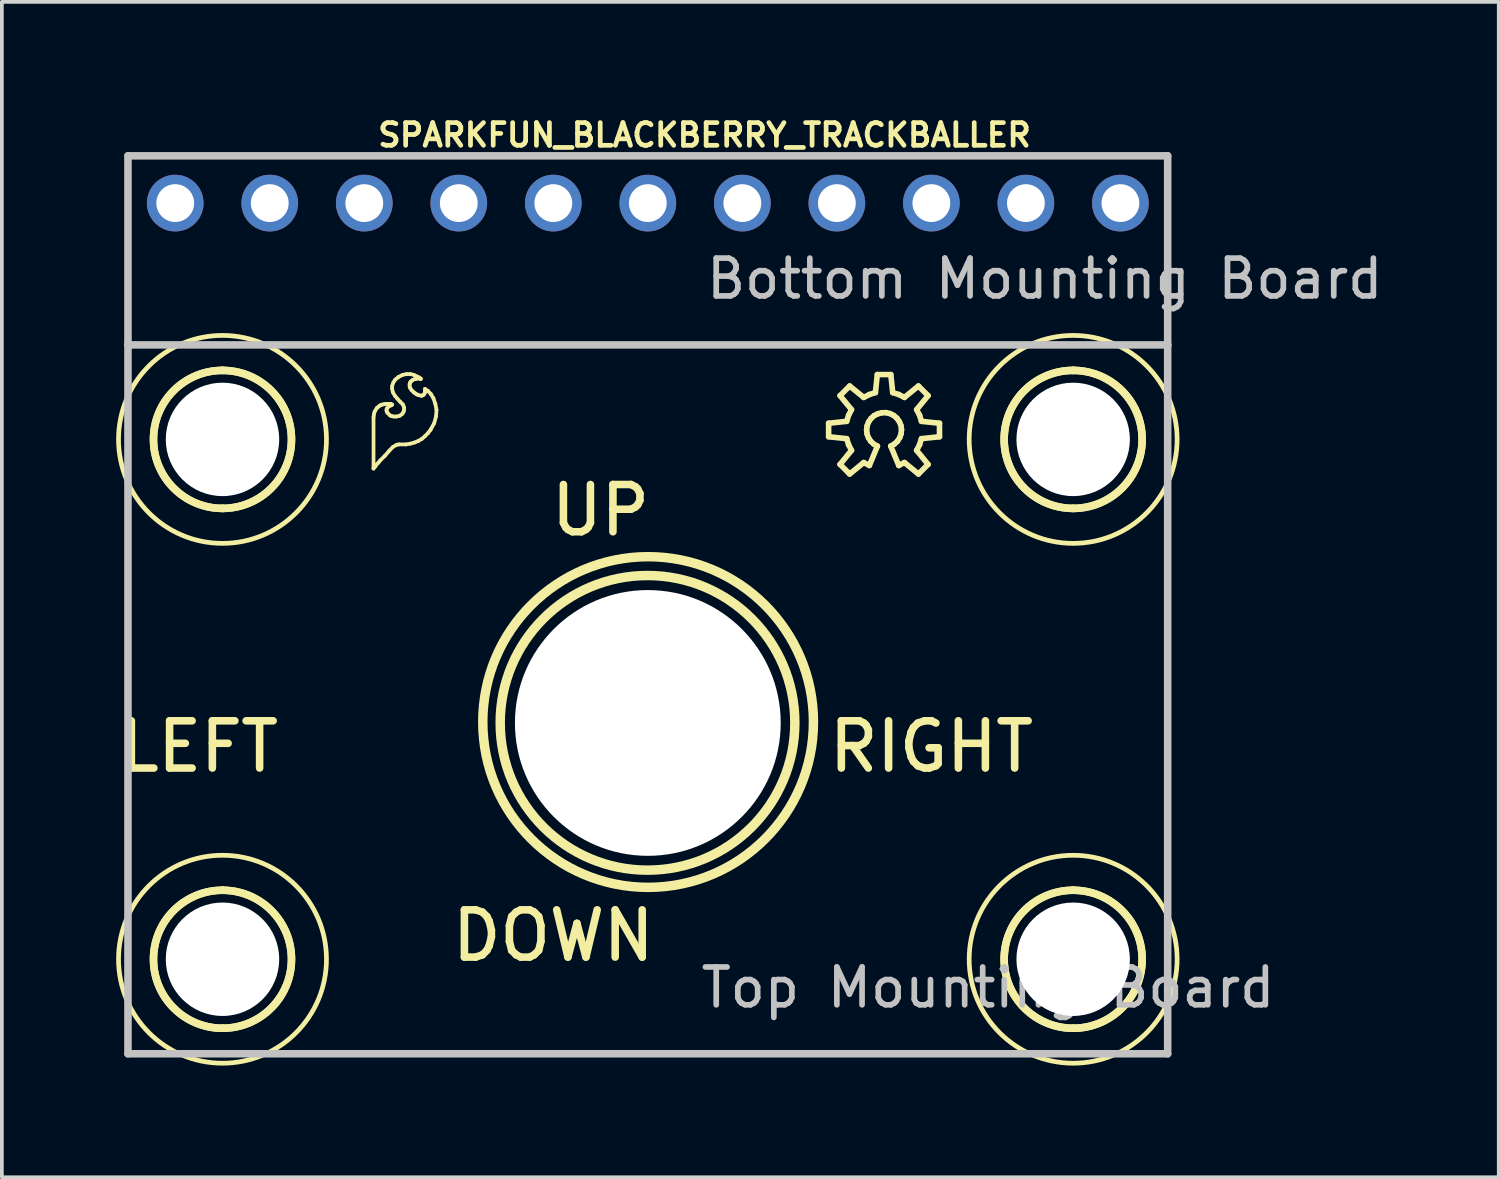
<source format=kicad_pcb>
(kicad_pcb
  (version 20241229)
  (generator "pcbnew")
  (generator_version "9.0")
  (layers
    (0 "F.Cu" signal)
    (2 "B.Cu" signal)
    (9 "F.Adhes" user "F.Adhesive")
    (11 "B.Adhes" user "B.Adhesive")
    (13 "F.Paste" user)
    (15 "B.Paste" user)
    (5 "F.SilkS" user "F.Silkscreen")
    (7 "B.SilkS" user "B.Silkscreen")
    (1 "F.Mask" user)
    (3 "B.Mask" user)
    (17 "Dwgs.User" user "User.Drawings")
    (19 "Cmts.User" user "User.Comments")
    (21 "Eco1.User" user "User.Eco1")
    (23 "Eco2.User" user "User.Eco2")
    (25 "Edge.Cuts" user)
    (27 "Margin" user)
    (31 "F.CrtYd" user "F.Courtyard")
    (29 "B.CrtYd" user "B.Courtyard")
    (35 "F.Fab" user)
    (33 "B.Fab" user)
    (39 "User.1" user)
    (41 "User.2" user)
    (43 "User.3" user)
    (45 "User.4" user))
  (footprint "SPARKFUN_BLACKBERRY_TRACKBALLER"
    (layer "F.Cu")
    (at 14.359 16.378)
    (property "Reference" "SPARKFUN_BLACKBERRY_TRACKBALLER" (at 1.524 -15.799 0) (layer "F.SilkS") (effects (font (size 0.61 0.61) (thickness 0.127))))
    (attr exclude_from_pos_files exclude_from_bom)
    (fp_line (start -7.371 -8.217) (end -7.371 -6.835) (stroke (width 0.1) (type solid)) (layer "F.SilkS"))
    (fp_line (start -7.371 -6.845) (end -7.32 -6.896) (stroke (width 0.1) (type solid)) (layer "F.SilkS"))
    (fp_line (start -7.371 -6.835) (end -7.371 -6.845) (stroke (width 0.1) (type solid)) (layer "F.SilkS"))
    (fp_line (start -7.361 -8.296) (end -7.371 -8.217) (stroke (width 0.1) (type solid)) (layer "F.SilkS"))
    (fp_line (start -7.341 -8.367) (end -7.361 -8.296) (stroke (width 0.1) (type solid)) (layer "F.SilkS"))
    (fp_line (start -7.32 -6.896) (end -7.29 -6.947) (stroke (width 0.1) (type solid)) (layer "F.SilkS"))
    (fp_line (start -7.29 -6.947) (end -7.239 -6.995) (stroke (width 0.1) (type solid)) (layer "F.SilkS"))
    (fp_line (start -7.28 -8.466) (end -7.341 -8.367) (stroke (width 0.1) (type solid)) (layer "F.SilkS"))
    (fp_line (start -7.239 -6.995) (end -7.191 -7.056) (stroke (width 0.1) (type solid)) (layer "F.SilkS"))
    (fp_line (start -7.229 -8.506) (end -7.28 -8.466) (stroke (width 0.1) (type solid)) (layer "F.SilkS"))
    (fp_line (start -7.191 -8.537) (end -7.229 -8.506) (stroke (width 0.1) (type solid)) (layer "F.SilkS"))
    (fp_line (start -7.191 -7.056) (end -7.069 -7.176) (stroke (width 0.1) (type solid)) (layer "F.SilkS"))
    (fp_line (start -7.14 -8.555) (end -7.191 -8.537) (stroke (width 0.1) (type solid)) (layer "F.SilkS"))
    (fp_line (start -7.089 -8.565) (end -7.14 -8.555) (stroke (width 0.1) (type solid)) (layer "F.SilkS"))
    (fp_line (start -7.069 -7.176) (end -6.949 -7.315) (stroke (width 0.1) (type solid)) (layer "F.SilkS"))
    (fp_line (start -7.031 -8.575) (end -7.089 -8.565) (stroke (width 0.1) (type solid)) (layer "F.SilkS"))
    (fp_line (start -7.021 -8.425) (end -7.01 -8.456) (stroke (width 0.1) (type solid)) (layer "F.SilkS"))
    (fp_line (start -7.021 -8.387) (end -7.021 -8.425) (stroke (width 0.1) (type solid)) (layer "F.SilkS"))
    (fp_line (start -7.01 -8.456) (end -6.949 -8.517) (stroke (width 0.1) (type solid)) (layer "F.SilkS"))
    (fp_line (start -7.01 -8.357) (end -7.021 -8.387) (stroke (width 0.1) (type solid)) (layer "F.SilkS"))
    (fp_line (start -6.99 -8.326) (end -7.01 -8.357) (stroke (width 0.1) (type solid)) (layer "F.SilkS"))
    (fp_line (start -6.949 -8.517) (end -6.919 -8.527) (stroke (width 0.1) (type solid)) (layer "F.SilkS"))
    (fp_line (start -6.949 -7.315) (end -6.85 -7.417) (stroke (width 0.1) (type solid)) (layer "F.SilkS"))
    (fp_line (start -6.929 -8.265) (end -6.99 -8.326) (stroke (width 0.1) (type solid)) (layer "F.SilkS"))
    (fp_line (start -6.919 -8.527) (end -6.881 -8.547) (stroke (width 0.1) (type solid)) (layer "F.SilkS"))
    (fp_line (start -6.909 -8.575) (end -7.031 -8.575) (stroke (width 0.1) (type solid)) (layer "F.SilkS"))
    (fp_line (start -6.881 -8.547) (end -6.871 -8.555) (stroke (width 0.1) (type solid)) (layer "F.SilkS"))
    (fp_line (start -6.881 -8.245) (end -6.929 -8.265) (stroke (width 0.1) (type solid)) (layer "F.SilkS"))
    (fp_line (start -6.871 -9.055) (end -6.871 -8.976) (stroke (width 0.1) (type solid)) (layer "F.SilkS"))
    (fp_line (start -6.871 -8.976) (end -6.85 -8.885) (stroke (width 0.1) (type solid)) (layer "F.SilkS"))
    (fp_line (start -6.871 -8.555) (end -6.909 -8.575) (stroke (width 0.1) (type solid)) (layer "F.SilkS"))
    (fp_line (start -6.85 -8.885) (end -6.8 -8.796) (stroke (width 0.1) (type solid)) (layer "F.SilkS"))
    (fp_line (start -6.85 -7.417) (end -6.749 -7.475) (stroke (width 0.1) (type solid)) (layer "F.SilkS"))
    (fp_line (start -6.84 -9.147) (end -6.871 -9.055) (stroke (width 0.1) (type solid)) (layer "F.SilkS"))
    (fp_line (start -6.83 -8.235) (end -6.881 -8.245) (stroke (width 0.1) (type solid)) (layer "F.SilkS"))
    (fp_line (start -6.8 -8.796) (end -6.731 -8.715) (stroke (width 0.1) (type solid)) (layer "F.SilkS"))
    (fp_line (start -6.789 -9.225) (end -6.84 -9.147) (stroke (width 0.1) (type solid)) (layer "F.SilkS"))
    (fp_line (start -6.749 -8.235) (end -6.83 -8.235) (stroke (width 0.1) (type solid)) (layer "F.SilkS"))
    (fp_line (start -6.749 -7.475) (end -6.69 -7.485) (stroke (width 0.1) (type solid)) (layer "F.SilkS"))
    (fp_line (start -6.731 -8.715) (end -6.65 -8.626) (stroke (width 0.1) (type solid)) (layer "F.SilkS"))
    (fp_line (start -6.701 -9.296) (end -6.789 -9.225) (stroke (width 0.1) (type solid)) (layer "F.SilkS"))
    (fp_line (start -6.69 -7.485) (end -6.5 -7.485) (stroke (width 0.1) (type solid)) (layer "F.SilkS"))
    (fp_line (start -6.67 -8.255) (end -6.749 -8.235) (stroke (width 0.1) (type solid)) (layer "F.SilkS"))
    (fp_line (start -6.65 -8.626) (end -6.579 -8.555) (stroke (width 0.1) (type solid)) (layer "F.SilkS"))
    (fp_line (start -6.609 -8.296) (end -6.67 -8.255) (stroke (width 0.1) (type solid)) (layer "F.SilkS"))
    (fp_line (start -6.589 -9.355) (end -6.701 -9.296) (stroke (width 0.1) (type solid)) (layer "F.SilkS"))
    (fp_line (start -6.579 -8.555) (end -6.551 -8.476) (stroke (width 0.1) (type solid)) (layer "F.SilkS"))
    (fp_line (start -6.571 -8.346) (end -6.609 -8.296) (stroke (width 0.1) (type solid)) (layer "F.SilkS"))
    (fp_line (start -6.551 -8.476) (end -6.551 -8.405) (stroke (width 0.1) (type solid)) (layer "F.SilkS"))
    (fp_line (start -6.551 -8.405) (end -6.571 -8.346) (stroke (width 0.1) (type solid)) (layer "F.SilkS"))
    (fp_line (start -6.5 -7.485) (end -6.38 -7.506) (stroke (width 0.1) (type solid)) (layer "F.SilkS"))
    (fp_line (start -6.48 -9.375) (end -6.589 -9.355) (stroke (width 0.1) (type solid)) (layer "F.SilkS"))
    (fp_line (start -6.401 -9.106) (end -6.391 -9.136) (stroke (width 0.1) (type solid)) (layer "F.SilkS"))
    (fp_line (start -6.401 -9.045) (end -6.401 -9.106) (stroke (width 0.1) (type solid)) (layer "F.SilkS"))
    (fp_line (start -6.391 -9.136) (end -6.38 -9.157) (stroke (width 0.1) (type solid)) (layer "F.SilkS"))
    (fp_line (start -6.391 -9.007) (end -6.401 -9.045) (stroke (width 0.1) (type solid)) (layer "F.SilkS"))
    (fp_line (start -6.38 -9.375) (end -6.48 -9.375) (stroke (width 0.1) (type solid)) (layer "F.SilkS"))
    (fp_line (start -6.38 -9.157) (end -6.36 -9.185) (stroke (width 0.1) (type solid)) (layer "F.SilkS"))
    (fp_line (start -6.38 -7.506) (end -6.269 -7.536) (stroke (width 0.1) (type solid)) (layer "F.SilkS"))
    (fp_line (start -6.36 -9.185) (end -6.32 -9.215) (stroke (width 0.1) (type solid)) (layer "F.SilkS"))
    (fp_line (start -6.35 -8.946) (end -6.391 -9.007) (stroke (width 0.1) (type solid)) (layer "F.SilkS"))
    (fp_line (start -6.32 -9.215) (end -6.279 -9.235) (stroke (width 0.1) (type solid)) (layer "F.SilkS"))
    (fp_line (start -6.289 -9.355) (end -6.38 -9.375) (stroke (width 0.1) (type solid)) (layer "F.SilkS"))
    (fp_line (start -6.289 -8.885) (end -6.35 -8.946) (stroke (width 0.1) (type solid)) (layer "F.SilkS"))
    (fp_line (start -6.279 -9.235) (end -6.231 -9.246) (stroke (width 0.1) (type solid)) (layer "F.SilkS"))
    (fp_line (start -6.269 -7.536) (end -6.17 -7.577) (stroke (width 0.1) (type solid)) (layer "F.SilkS"))
    (fp_line (start -6.251 -8.857) (end -6.289 -8.885) (stroke (width 0.1) (type solid)) (layer "F.SilkS"))
    (fp_line (start -6.231 -9.246) (end -6.19 -9.256) (stroke (width 0.1) (type solid)) (layer "F.SilkS"))
    (fp_line (start -6.22 -8.837) (end -6.251 -8.857) (stroke (width 0.1) (type solid)) (layer "F.SilkS"))
    (fp_line (start -6.19 -9.256) (end -6.129 -9.256) (stroke (width 0.1) (type solid)) (layer "F.SilkS"))
    (fp_line (start -6.18 -8.816) (end -6.22 -8.837) (stroke (width 0.1) (type solid)) (layer "F.SilkS"))
    (fp_line (start -6.17 -7.577) (end -6.071 -7.635) (stroke (width 0.1) (type solid)) (layer "F.SilkS"))
    (fp_line (start -6.149 -9.286) (end -6.289 -9.355) (stroke (width 0.1) (type solid)) (layer "F.SilkS"))
    (fp_line (start -6.129 -9.256) (end -6.109 -9.246) (stroke (width 0.1) (type solid)) (layer "F.SilkS"))
    (fp_line (start -6.109 -9.256) (end -6.149 -9.286) (stroke (width 0.1) (type solid)) (layer "F.SilkS"))
    (fp_line (start -6.109 -9.246) (end -6.101 -9.246) (stroke (width 0.1) (type solid)) (layer "F.SilkS"))
    (fp_line (start -6.101 -9.246) (end -6.109 -9.256) (stroke (width 0.1) (type solid)) (layer "F.SilkS"))
    (fp_line (start -6.101 -8.796) (end -6.18 -8.816) (stroke (width 0.1) (type solid)) (layer "F.SilkS"))
    (fp_line (start -6.071 -8.796) (end -6.101 -8.796) (stroke (width 0.1) (type solid)) (layer "F.SilkS"))
    (fp_line (start -6.071 -7.635) (end -5.989 -7.706) (stroke (width 0.1) (type solid)) (layer "F.SilkS"))
    (fp_line (start -6.04 -8.806) (end -6.071 -8.796) (stroke (width 0.1) (type solid)) (layer "F.SilkS"))
    (fp_line (start -6.01 -8.837) (end -6.04 -8.806) (stroke (width 0.1) (type solid)) (layer "F.SilkS"))
    (fp_line (start -5.999 -8.857) (end -6.01 -8.837) (stroke (width 0.1) (type solid)) (layer "F.SilkS"))
    (fp_line (start -5.989 -8.976) (end -5.989 -8.885) (stroke (width 0.1) (type solid)) (layer "F.SilkS"))
    (fp_line (start -5.989 -8.885) (end -5.999 -8.857) (stroke (width 0.1) (type solid)) (layer "F.SilkS"))
    (fp_line (start -5.989 -7.706) (end -5.911 -7.785) (stroke (width 0.1) (type solid)) (layer "F.SilkS"))
    (fp_line (start -5.911 -8.926) (end -5.989 -8.976) (stroke (width 0.1) (type solid)) (layer "F.SilkS"))
    (fp_line (start -5.911 -7.785) (end -5.839 -7.877) (stroke (width 0.1) (type solid)) (layer "F.SilkS"))
    (fp_line (start -5.839 -7.877) (end -5.74 -8.057) (stroke (width 0.1) (type solid)) (layer "F.SilkS"))
    (fp_line (start -5.829 -8.837) (end -5.911 -8.926) (stroke (width 0.1) (type solid)) (layer "F.SilkS"))
    (fp_line (start -5.761 -8.725) (end -5.829 -8.837) (stroke (width 0.1) (type solid)) (layer "F.SilkS"))
    (fp_line (start -5.74 -8.057) (end -5.69 -8.245) (stroke (width 0.1) (type solid)) (layer "F.SilkS"))
    (fp_line (start -5.71 -8.575) (end -5.761 -8.725) (stroke (width 0.1) (type solid)) (layer "F.SilkS"))
    (fp_line (start -5.69 -8.245) (end -5.679 -8.415) (stroke (width 0.1) (type solid)) (layer "F.SilkS"))
    (fp_line (start -5.679 -8.415) (end -5.71 -8.575) (stroke (width 0.1) (type solid)) (layer "F.SilkS"))
    (fp_line (start 4.859 -8.054) (end 4.859 -7.691) (stroke (width 0.15) (type solid)) (layer "F.SilkS"))
    (fp_line (start 4.859 -7.691) (end 5.344 -7.64) (stroke (width 0.15) (type solid)) (layer "F.SilkS"))
    (fp_line (start 5.166 -8.796) (end 5.474 -8.42) (stroke (width 0.15) (type solid)) (layer "F.SilkS"))
    (fp_line (start 5.166 -6.949) (end 5.425 -6.69) (stroke (width 0.15) (type solid)) (layer "F.SilkS"))
    (fp_line (start 5.344 -8.105) (end 4.859 -8.054) (stroke (width 0.15) (type solid)) (layer "F.SilkS"))
    (fp_line (start 5.344 -7.64) (end 5.395 -7.478) (stroke (width 0.15) (type solid)) (layer "F.SilkS"))
    (fp_line (start 5.395 -8.268) (end 5.344 -8.105) (stroke (width 0.15) (type solid)) (layer "F.SilkS"))
    (fp_line (start 5.395 -7.478) (end 5.474 -7.325) (stroke (width 0.15) (type solid)) (layer "F.SilkS"))
    (fp_line (start 5.425 -9.055) (end 5.166 -8.796) (stroke (width 0.15) (type solid)) (layer "F.SilkS"))
    (fp_line (start 5.425 -6.69) (end 5.801 -6.998) (stroke (width 0.15) (type solid)) (layer "F.SilkS"))
    (fp_line (start 5.474 -8.42) (end 5.395 -8.268) (stroke (width 0.15) (type solid)) (layer "F.SilkS"))
    (fp_line (start 5.474 -7.325) (end 5.166 -6.949) (stroke (width 0.15) (type solid)) (layer "F.SilkS"))
    (fp_line (start 5.801 -8.748) (end 5.425 -9.055) (stroke (width 0.15) (type solid)) (layer "F.SilkS"))
    (fp_line (start 5.801 -6.998) (end 5.954 -6.919) (stroke (width 0.15) (type solid)) (layer "F.SilkS"))
    (fp_line (start 5.88 -7.874) (end 5.893 -7.983) (stroke (width 0.15) (type solid)) (layer "F.SilkS"))
    (fp_line (start 5.893 -7.983) (end 5.933 -8.09) (stroke (width 0.15) (type solid)) (layer "F.SilkS"))
    (fp_line (start 5.893 -7.762) (end 5.88 -7.874) (stroke (width 0.15) (type solid)) (layer "F.SilkS"))
    (fp_line (start 5.931 -7.661) (end 5.893 -7.762) (stroke (width 0.15) (type solid)) (layer "F.SilkS"))
    (fp_line (start 5.933 -8.09) (end 5.997 -8.181) (stroke (width 0.15) (type solid)) (layer "F.SilkS"))
    (fp_line (start 5.954 -8.826) (end 5.801 -8.748) (stroke (width 0.15) (type solid)) (layer "F.SilkS"))
    (fp_line (start 5.954 -6.919) (end 6.17 -7.44) (stroke (width 0.15) (type solid)) (layer "F.SilkS"))
    (fp_line (start 5.992 -7.569) (end 5.931 -7.661) (stroke (width 0.15) (type solid)) (layer "F.SilkS"))
    (fp_line (start 5.997 -8.181) (end 6.081 -8.258) (stroke (width 0.15) (type solid)) (layer "F.SilkS"))
    (fp_line (start 6.073 -7.493) (end 5.992 -7.569) (stroke (width 0.15) (type solid)) (layer "F.SilkS"))
    (fp_line (start 6.081 -8.258) (end 6.18 -8.308) (stroke (width 0.15) (type solid)) (layer "F.SilkS"))
    (fp_line (start 6.116 -8.877) (end 5.954 -8.826) (stroke (width 0.15) (type solid)) (layer "F.SilkS"))
    (fp_line (start 6.167 -9.362) (end 6.116 -8.877) (stroke (width 0.15) (type solid)) (layer "F.SilkS"))
    (fp_line (start 6.17 -7.44) (end 6.073 -7.493) (stroke (width 0.15) (type solid)) (layer "F.SilkS"))
    (fp_line (start 6.18 -8.308) (end 6.287 -8.336) (stroke (width 0.15) (type solid)) (layer "F.SilkS"))
    (fp_line (start 6.287 -8.336) (end 6.401 -8.339) (stroke (width 0.15) (type solid)) (layer "F.SilkS"))
    (fp_line (start 6.401 -8.339) (end 6.51 -8.313) (stroke (width 0.15) (type solid)) (layer "F.SilkS"))
    (fp_line (start 6.51 -8.313) (end 6.609 -8.263) (stroke (width 0.15) (type solid)) (layer "F.SilkS"))
    (fp_line (start 6.528 -7.44) (end 6.744 -6.919) (stroke (width 0.15) (type solid)) (layer "F.SilkS"))
    (fp_line (start 6.53 -9.362) (end 6.167 -9.362) (stroke (width 0.15) (type solid)) (layer "F.SilkS"))
    (fp_line (start 6.581 -8.877) (end 6.53 -9.362) (stroke (width 0.15) (type solid)) (layer "F.SilkS"))
    (fp_line (start 6.609 -8.263) (end 6.695 -8.189) (stroke (width 0.15) (type solid)) (layer "F.SilkS"))
    (fp_line (start 6.627 -7.496) (end 6.528 -7.44) (stroke (width 0.15) (type solid)) (layer "F.SilkS"))
    (fp_line (start 6.695 -8.189) (end 6.759 -8.098) (stroke (width 0.15) (type solid)) (layer "F.SilkS"))
    (fp_line (start 6.708 -7.572) (end 6.627 -7.496) (stroke (width 0.15) (type solid)) (layer "F.SilkS"))
    (fp_line (start 6.744 -8.826) (end 6.581 -8.877) (stroke (width 0.15) (type solid)) (layer "F.SilkS"))
    (fp_line (start 6.744 -6.919) (end 6.896 -6.998) (stroke (width 0.15) (type solid)) (layer "F.SilkS"))
    (fp_line (start 6.759 -8.098) (end 6.802 -7.993) (stroke (width 0.15) (type solid)) (layer "F.SilkS"))
    (fp_line (start 6.769 -7.666) (end 6.708 -7.572) (stroke (width 0.15) (type solid)) (layer "F.SilkS"))
    (fp_line (start 6.802 -7.993) (end 6.817 -7.884) (stroke (width 0.15) (type solid)) (layer "F.SilkS"))
    (fp_line (start 6.807 -7.772) (end 6.769 -7.666) (stroke (width 0.15) (type solid)) (layer "F.SilkS"))
    (fp_line (start 6.817 -7.884) (end 6.807 -7.772) (stroke (width 0.15) (type solid)) (layer "F.SilkS"))
    (fp_line (start 6.896 -8.748) (end 6.744 -8.826) (stroke (width 0.15) (type solid)) (layer "F.SilkS"))
    (fp_line (start 6.896 -6.998) (end 7.272 -6.69) (stroke (width 0.15) (type solid)) (layer "F.SilkS"))
    (fp_line (start 7.224 -8.42) (end 7.531 -8.796) (stroke (width 0.15) (type solid)) (layer "F.SilkS"))
    (fp_line (start 7.224 -7.325) (end 7.303 -7.478) (stroke (width 0.15) (type solid)) (layer "F.SilkS"))
    (fp_line (start 7.272 -9.055) (end 6.896 -8.748) (stroke (width 0.15) (type solid)) (layer "F.SilkS"))
    (fp_line (start 7.272 -6.69) (end 7.531 -6.949) (stroke (width 0.15) (type solid)) (layer "F.SilkS"))
    (fp_line (start 7.303 -8.268) (end 7.224 -8.42) (stroke (width 0.15) (type solid)) (layer "F.SilkS"))
    (fp_line (start 7.303 -7.478) (end 7.353 -7.64) (stroke (width 0.15) (type solid)) (layer "F.SilkS"))
    (fp_line (start 7.353 -8.105) (end 7.303 -8.268) (stroke (width 0.15) (type solid)) (layer "F.SilkS"))
    (fp_line (start 7.353 -7.64) (end 7.838 -7.691) (stroke (width 0.15) (type solid)) (layer "F.SilkS"))
    (fp_line (start 7.531 -8.796) (end 7.272 -9.055) (stroke (width 0.15) (type solid)) (layer "F.SilkS"))
    (fp_line (start 7.531 -6.949) (end 7.224 -7.325) (stroke (width 0.15) (type solid)) (layer "F.SilkS"))
    (fp_line (start 7.838 -8.054) (end 7.353 -8.105) (stroke (width 0.15) (type solid)) (layer "F.SilkS"))
    (fp_line (start 7.838 -7.691) (end 7.838 -8.054) (stroke (width 0.15) (type solid)) (layer "F.SilkS"))
    (fp_arc (start -11.43 -9.4742) (mid -9.5758 -7.62) (end -11.43 -5.7658) (stroke (width 0.2032) (type solid)) (layer "F.SilkS"))
    (fp_arc (start -11.43 -9.4742) (mid -9.5758 -7.62) (end -11.43 -5.7658) (stroke (width 0.2032) (type solid)) (layer "F.SilkS"))
    (fp_arc (start -11.43 -5.7658) (mid -13.2842 -7.62) (end -11.43 -9.4742) (stroke (width 0.2032) (type solid)) (layer "F.SilkS"))
    (fp_arc (start -11.43 -5.7658) (mid -13.2842 -7.62) (end -11.43 -9.4742) (stroke (width 0.2032) (type solid)) (layer "F.SilkS"))
    (fp_arc (start -11.43 4.4958) (mid -9.5758 6.35) (end -11.43 8.2042) (stroke (width 0.2032) (type solid)) (layer "F.SilkS"))
    (fp_arc (start -11.43 4.4958) (mid -9.5758 6.35) (end -11.43 8.2042) (stroke (width 0.2032) (type solid)) (layer "F.SilkS"))
    (fp_arc (start -11.43 8.2042) (mid -13.2842 6.35) (end -11.43 4.4958) (stroke (width 0.2032) (type solid)) (layer "F.SilkS"))
    (fp_arc (start -11.43 8.2042) (mid -13.2842 6.35) (end -11.43 4.4958) (stroke (width 0.2032) (type solid)) (layer "F.SilkS"))
    (fp_arc (start 11.43 -9.4742) (mid 13.2842 -7.62) (end 11.43 -5.7658) (stroke (width 0.2032) (type solid)) (layer "F.SilkS"))
    (fp_arc (start 11.43 -9.4742) (mid 13.2842 -7.62) (end 11.43 -5.7658) (stroke (width 0.2032) (type solid)) (layer "F.SilkS"))
    (fp_arc (start 11.43 -5.7658) (mid 9.5758 -7.62) (end 11.43 -9.4742) (stroke (width 0.2032) (type solid)) (layer "F.SilkS"))
    (fp_arc (start 11.43 -5.7658) (mid 9.5758 -7.62) (end 11.43 -9.4742) (stroke (width 0.2032) (type solid)) (layer "F.SilkS"))
    (fp_arc (start 11.43 4.4958) (mid 13.2842 6.35) (end 11.43 8.2042) (stroke (width 0.2032) (type solid)) (layer "F.SilkS"))
    (fp_arc (start 11.43 4.4958) (mid 13.2842 6.35) (end 11.43 8.2042) (stroke (width 0.2032) (type solid)) (layer "F.SilkS"))
    (fp_arc (start 11.43 8.2042) (mid 9.5758 6.35) (end 11.43 4.4958) (stroke (width 0.2032) (type solid)) (layer "F.SilkS"))
    (fp_arc (start 11.43 8.2042) (mid 9.5758 6.35) (end 11.43 4.4958) (stroke (width 0.2032) (type solid)) (layer "F.SilkS"))
    (fp_circle (center -11.43 -7.62) (end -11.43 -10.414) (stroke (width 0.127) (type solid)) (fill no) (layer "F.SilkS"))
    (fp_circle (center -11.43 6.35) (end -11.43 3.556) (stroke (width 0.127) (type solid)) (fill no) (layer "F.SilkS"))
    (fp_circle (center -0.008 -0.003) (end -0.008 -3.962) (stroke (width 0.254) (type solid)) (fill no) (layer "F.SilkS"))
    (fp_circle (center 0.008 -0.025) (end 0.008 -4.468) (stroke (width 0.254) (type solid)) (fill no) (layer "F.SilkS"))
    (fp_circle (center 11.43 -7.62) (end 11.43 -10.414) (stroke (width 0.127) (type solid)) (fill no) (layer "F.SilkS"))
    (fp_circle (center 11.43 6.35) (end 11.43 3.556) (stroke (width 0.127) (type solid)) (fill no) (layer "F.SilkS"))
    (fp_line (start -13.97 -15.24) (end -13.97 -10.16) (stroke (width 0.203) (type solid)) (layer "Dwgs.User"))
    (fp_line (start -13.97 -10.16) (end -13.97 8.89) (stroke (width 0.203) (type solid)) (layer "Dwgs.User"))
    (fp_line (start -13.97 8.89) (end 13.97 8.89) (stroke (width 0.203) (type solid)) (layer "Dwgs.User"))
    (fp_line (start 13.97 -15.24) (end -13.97 -15.24) (stroke (width 0.203) (type solid)) (layer "Dwgs.User"))
    (fp_line (start 13.97 -15.24) (end 13.97 -10.16) (stroke (width 0.203) (type solid)) (layer "Dwgs.User"))
    (fp_line (start 13.97 -10.16) (end -13.97 -10.16) (stroke (width 0.203) (type solid)) (layer "Dwgs.User"))
    (fp_line (start 13.97 8.89) (end 13.97 -10.16) (stroke (width 0.203) (type solid)) (layer "Dwgs.User"))
    (fp_text user "DOWN" (at -2.54 5.715 180) (layer "F.SilkS") (effects (font (size 1.27 1.27) (thickness 0.203))))
    (fp_text user "LEFT" (at -12.065 0.635 180) (layer "F.SilkS") (effects (font (size 1.27 1.27) (thickness 0.203))))
    (fp_text user "RIGHT" (at 7.62 0.635 180) (layer "F.SilkS") (effects (font (size 1.27 1.27) (thickness 0.203))))
    (fp_text user "UP" (at -1.27 -5.715 180) (layer "F.SilkS") (effects (font (size 1.27 1.27) (thickness 0.203))))
    (fp_text user "Bottom Mounting Board" (at 10.668 -11.938 0) (layer "Dwgs.User") (effects (font (size 1.016 1.016) (thickness 0.152))))
    (fp_text user "Top Mounting Board" (at 9.144 7.112 0) (layer "Dwgs.User") (effects (font (size 1.016 1.016) (thickness 0.152))))
    (pad "" np_thru_hole circle (at -11.43 -7.62) (size 3.048 3.048) (drill 3.048) (layers "*.Cu" "*.Mask"))
    (pad "" np_thru_hole circle (at -11.43 6.35) (size 3.048 3.048) (drill 3.048) (layers "*.Cu" "*.Mask"))
    (pad "" np_thru_hole circle (at 0 0) (size 7.142 7.142) (drill 7.142) (layers "*.Cu" "*.Mask"))
    (pad "" np_thru_hole circle (at 11.43 -7.62) (size 3.048 3.048) (drill 3.048) (layers "*.Cu" "*.Mask"))
    (pad "" np_thru_hole circle (at 11.43 6.35) (size 3.048 3.048) (drill 3.048) (layers "*.Cu" "*.Mask"))
    (pad "BLU" thru_hole circle (at 12.7 -13.97) (size 1.524 1.524) (drill 1.016) (layers "*.Cu" "*.Paste" "*.Mask"))
    (pad "BTN" thru_hole circle (at -7.62 -13.97) (size 1.524 1.524) (drill 1.016) (layers "*.Cu" "*.Paste" "*.Mask"))
    (pad "DWN" thru_hole circle (at 2.54 -13.97) (size 1.524 1.524) (drill 1.016) (layers "*.Cu" "*.Paste" "*.Mask"))
    (pad "GND" thru_hole circle (at -10.16 -13.97) (size 1.524 1.524) (drill 1.016) (layers "*.Cu" "*.Paste" "*.Mask"))
    (pad "GRN" thru_hole circle (at 7.62 -13.97) (size 1.524 1.524) (drill 1.016) (layers "*.Cu" "*.Paste" "*.Mask"))
    (pad "LFT" thru_hole circle (at -5.08 -13.97) (size 1.524 1.524) (drill 1.016) (layers "*.Cu" "*.Paste" "*.Mask"))
    (pad "RED" thru_hole circle (at 10.16 -13.97) (size 1.524 1.524) (drill 1.016) (layers "*.Cu" "*.Paste" "*.Mask"))
    (pad "RHT" thru_hole circle (at -2.54 -13.97) (size 1.524 1.524) (drill 1.016) (layers "*.Cu" "*.Paste" "*.Mask"))
    (pad "UP" thru_hole circle (at 0 -13.97) (size 1.524 1.524) (drill 1.016) (layers "*.Cu" "*.Paste" "*.Mask"))
    (pad "VCC" thru_hole circle (at -12.7 -13.97) (size 1.524 1.524) (drill 1.016) (layers "*.Cu" "*.Paste" "*.Mask"))
    (pad "WHT" thru_hole circle (at 5.08 -13.97) (size 1.524 1.524) (drill 1.016) (layers "*.Cu" "*.Paste" "*.Mask")))
  (gr_rect
    (start -3 -3)
    (end 37.226 28.586)
    (stroke (width 0.1) (type default))
    (fill no)
    (layer "Edge.Cuts")))
</source>
